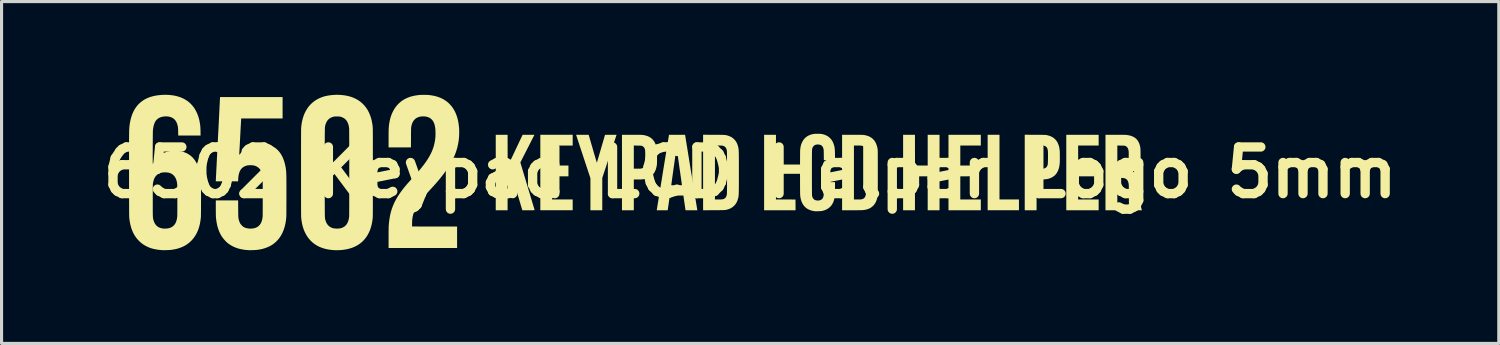
<source format=kicad_pcb>
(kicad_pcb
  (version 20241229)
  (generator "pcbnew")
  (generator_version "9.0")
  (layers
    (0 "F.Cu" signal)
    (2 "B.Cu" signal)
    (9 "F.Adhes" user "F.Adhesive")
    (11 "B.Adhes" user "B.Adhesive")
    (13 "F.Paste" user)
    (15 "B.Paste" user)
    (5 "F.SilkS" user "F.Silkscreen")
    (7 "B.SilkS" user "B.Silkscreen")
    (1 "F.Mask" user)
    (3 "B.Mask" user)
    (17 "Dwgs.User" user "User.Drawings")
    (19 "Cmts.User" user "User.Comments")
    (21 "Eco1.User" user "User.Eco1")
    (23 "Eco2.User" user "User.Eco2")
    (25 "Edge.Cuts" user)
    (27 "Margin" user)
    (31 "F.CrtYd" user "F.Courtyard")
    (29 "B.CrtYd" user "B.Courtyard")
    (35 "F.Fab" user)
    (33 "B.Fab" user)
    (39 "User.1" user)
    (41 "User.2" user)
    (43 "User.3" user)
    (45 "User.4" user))
  (footprint "6502 Keypad LCD Helper Logo 5mm"
    (layer "F.Cu")
    (at 21.086 2.5)
    (property "Reference" "6502 Keypad LCD Helper Logo 5mm" (at 0 0 0) (layer "F.SilkS") (effects (font (size 1.5 1.5) (thickness 0.3))))
    (attr board_only exclude_from_pos_files exclude_from_bom)
    (fp_poly (pts (xy 0.829 -0.173) (xy 0.829 0.867) (xy 1.143 0.868) (xy 1.457 0.869) (xy 1.459 1.042) (xy 1.46 1.214) (xy 0.954 1.214) (xy 0.448 1.214) (xy 0.448 0) (xy 0.448 -1.214) (xy 0.639 -1.214) (xy 0.829 -1.214)) (stroke (width 0) (type solid)) (fill yes) (layer "F.SilkS"))
    (fp_poly (pts (xy 8.021 -0.173) (xy 8.021 0.867) (xy 8.334 0.867) (xy 8.647 0.867) (xy 8.647 1.041) (xy 8.647 1.214) (xy 8.144 1.214) (xy 7.64 1.214) (xy 7.64 0) (xy 7.64 -1.214) (xy 7.831 -1.214) (xy 8.021 -1.214)) (stroke (width 0) (type solid)) (fill yes) (layer "F.SilkS"))
    (fp_poly (pts (xy -5.711 -1.041) (xy -5.711 -0.867) (xy -6.041 -0.867) (xy -6.371 -0.867) (xy -6.371 -0.546) (xy -6.371 -0.224) (xy -6.109 -0.224) (xy -5.847 -0.224) (xy -5.847 -0.051) (xy -5.847 0.123) (xy -6.109 0.123) (xy -6.371 0.123) (xy -6.371 0.495) (xy -6.371 0.867) (xy -6.041 0.867) (xy -5.711 0.867) (xy -5.711 1.041) (xy -5.711 1.214) (xy -6.232 1.214) (xy -6.752 1.214) (xy -6.752 0) (xy -6.752 -1.214) (xy -6.232 -1.214) (xy -5.711 -1.214)) (stroke (width 0) (type solid)) (fill yes) (layer "F.SilkS"))
    (fp_poly (pts (xy 5.302 -0.72) (xy 5.303 -0.226) (xy 5.507 -0.225) (xy 5.711 -0.224) (xy 5.711 -0.719) (xy 5.711 -1.214) (xy 5.902 -1.214) (xy 6.092 -1.214) (xy 6.092 0) (xy 6.092 1.214) (xy 5.902 1.214) (xy 5.711 1.214) (xy 5.711 0.668) (xy 5.711 0.123) (xy 5.506 0.123) (xy 5.301 0.123) (xy 5.301 0.668) (xy 5.301 1.214) (xy 5.11 1.214) (xy 4.92 1.214) (xy 4.92 0) (xy 4.92 -1.214) (xy 5.11 -1.214) (xy 5.301 -1.214)) (stroke (width 0) (type solid)) (fill yes) (layer "F.SilkS"))
    (fp_poly (pts (xy 7.42 -1.041) (xy 7.42 -0.867) (xy 7.09 -0.867) (xy 6.76 -0.867) (xy 6.76 -0.546) (xy 6.76 -0.224) (xy 7.023 -0.224) (xy 7.285 -0.224) (xy 7.284 -0.052) (xy 7.283 0.121) (xy 7.022 0.122) (xy 6.76 0.123) (xy 6.76 0.495) (xy 6.76 0.867) (xy 7.09 0.867) (xy 7.42 0.867) (xy 7.42 1.041) (xy 7.42 1.214) (xy 6.9 1.214) (xy 6.38 1.214) (xy 6.38 0) (xy 6.38 -1.214) (xy 6.9 -1.214) (xy 7.42 -1.214)) (stroke (width 0) (type solid)) (fill yes) (layer "F.SilkS"))
    (fp_poly (pts (xy 11.211 -1.041) (xy 11.211 -0.867) (xy 10.881 -0.867) (xy 10.551 -0.867) (xy 10.552 -0.547) (xy 10.553 -0.226) (xy 10.814 -0.225) (xy 11.075 -0.224) (xy 11.075 -0.051) (xy 11.075 0.123) (xy 10.813 0.123) (xy 10.551 0.123) (xy 10.551 0.495) (xy 10.551 0.867) (xy 10.881 0.867) (xy 11.211 0.867) (xy 11.211 1.041) (xy 11.211 1.214) (xy 10.691 1.214) (xy 10.17 1.214) (xy 10.17 0) (xy 10.17 -1.214) (xy 10.691 -1.214) (xy 11.211 -1.214)) (stroke (width 0) (type solid)) (fill yes) (layer "F.SilkS"))
    (fp_poly (pts (xy -4.529 -0.519) (xy -4.759 0.176) (xy -4.759 0.695) (xy -4.759 1.214) (xy -4.95 1.214) (xy -5.14 1.214) (xy -5.14 0.699) (xy -5.14 0.184) (xy -5.371 -0.514) (xy -5.395 -0.588) (xy -5.419 -0.66) (xy -5.442 -0.729) (xy -5.464 -0.796) (xy -5.485 -0.859) (xy -5.504 -0.918) (xy -5.522 -0.973) (xy -5.539 -1.024) (xy -5.554 -1.069) (xy -5.567 -1.109) (xy -5.578 -1.143) (xy -5.587 -1.171) (xy -5.594 -1.192) (xy -5.599 -1.206) (xy -5.601 -1.212) (xy -5.601 -1.213) (xy -5.597 -1.213) (xy -5.585 -1.213) (xy -5.567 -1.213) (xy -5.542 -1.214) (xy -5.513 -1.214) (xy -5.478 -1.214) (xy -5.441 -1.214) (xy -5.4 -1.214) (xy -5.399 -1.214) (xy -5.197 -1.214) (xy -5.068 -0.772) (xy -5.051 -0.713) (xy -5.035 -0.656) (xy -5.019 -0.601) (xy -5.004 -0.551) (xy -4.99 -0.503) (xy -4.977 -0.461) (xy -4.966 -0.423) (xy -4.956 -0.39) (xy -4.948 -0.364) (xy -4.942 -0.344) (xy -4.938 -0.331) (xy -4.937 -0.325) (xy -4.937 -0.325) (xy -4.933 -0.321) (xy -4.931 -0.322) (xy -4.93 -0.326) (xy -4.926 -0.338) (xy -4.921 -0.357) (xy -4.913 -0.382) (xy -4.904 -0.414) (xy -4.893 -0.451) (xy -4.88 -0.492) (xy -4.867 -0.539) (xy -4.852 -0.589) (xy -4.836 -0.643) (xy -4.82 -0.699) (xy -4.803 -0.758) (xy -4.802 -0.761) (xy -4.785 -0.821) (xy -4.768 -0.877) (xy -4.752 -0.932) (xy -4.737 -0.982) (xy -4.724 -1.029) (xy -4.711 -1.072) (xy -4.7 -1.11) (xy -4.691 -1.142) (xy -4.683 -1.169) (xy -4.677 -1.189) (xy -4.674 -1.201) (xy -4.672 -1.207) (xy -4.672 -1.207) (xy -4.671 -1.209) (xy -4.669 -1.21) (xy -4.665 -1.211) (xy -4.657 -1.212) (xy -4.647 -1.213) (xy -4.632 -1.213) (xy -4.612 -1.214) (xy -4.586 -1.214) (xy -4.554 -1.214) (xy -4.515 -1.214) (xy -4.485 -1.214) (xy -4.299 -1.214)) (stroke (width 0) (type solid)) (fill yes) (layer "F.SilkS"))
    (fp_poly (pts (xy -7.804 -0.706) (xy -7.803 -0.197) (xy -7.562 -0.706) (xy -7.321 -1.214) (xy -7.132 -1.214) (xy -7.093 -1.214) (xy -7.056 -1.214) (xy -7.023 -1.214) (xy -6.995 -1.214) (xy -6.972 -1.213) (xy -6.955 -1.213) (xy -6.945 -1.213) (xy -6.942 -1.212) (xy -6.944 -1.208) (xy -6.95 -1.197) (xy -6.959 -1.18) (xy -6.97 -1.156) (xy -6.985 -1.127) (xy -7.003 -1.092) (xy -7.023 -1.053) (xy -7.045 -1.009) (xy -7.069 -0.962) (xy -7.095 -0.911) (xy -7.122 -0.857) (xy -7.151 -0.801) (xy -7.168 -0.767) (xy -7.395 -0.323) (xy -7.166 0.438) (xy -7.143 0.516) (xy -7.12 0.592) (xy -7.098 0.665) (xy -7.077 0.736) (xy -7.057 0.803) (xy -7.038 0.866) (xy -7.02 0.926) (xy -7.004 0.98) (xy -6.989 1.03) (xy -6.975 1.075) (xy -6.964 1.113) (xy -6.954 1.146) (xy -6.946 1.172) (xy -6.94 1.191) (xy -6.937 1.203) (xy -6.936 1.207) (xy -6.935 1.208) (xy -6.937 1.21) (xy -6.94 1.211) (xy -6.946 1.212) (xy -6.955 1.213) (xy -6.969 1.213) (xy -6.987 1.214) (xy -7.011 1.214) (xy -7.041 1.214) (xy -7.079 1.214) (xy -7.123 1.214) (xy -7.132 1.214) (xy -7.331 1.214) (xy -7.337 1.194) (xy -7.372 1.078) (xy -7.404 0.969) (xy -7.434 0.868) (xy -7.462 0.775) (xy -7.487 0.689) (xy -7.511 0.61) (xy -7.532 0.538) (xy -7.552 0.473) (xy -7.569 0.414) (xy -7.585 0.362) (xy -7.599 0.315) (xy -7.611 0.275) (xy -7.622 0.24) (xy -7.63 0.211) (xy -7.638 0.187) (xy -7.644 0.168) (xy -7.648 0.154) (xy -7.651 0.144) (xy -7.653 0.139) (xy -7.653 0.138) (xy -7.655 0.141) (xy -7.661 0.151) (xy -7.67 0.167) (xy -7.681 0.188) (xy -7.694 0.213) (xy -7.709 0.243) (xy -7.725 0.275) (xy -7.731 0.286) (xy -7.805 0.436) (xy -7.805 0.825) (xy -7.805 1.214) (xy -7.996 1.214) (xy -8.186 1.214) (xy -8.186 0) (xy -8.186 -1.214) (xy -7.996 -1.214) (xy -7.805 -1.214)) (stroke (width 0) (type solid)) (fill yes) (layer "F.SilkS"))
    (fp_poly (pts (xy 9.166 -1.213) (xy 9.229 -1.213) (xy 9.283 -1.212) (xy 9.33 -1.212) (xy 9.37 -1.212) (xy 9.405 -1.211) (xy 9.434 -1.211) (xy 9.458 -1.21) (xy 9.478 -1.209) (xy 9.494 -1.209) (xy 9.507 -1.208) (xy 9.518 -1.207) (xy 9.527 -1.206) (xy 9.534 -1.204) (xy 9.536 -1.204) (xy 9.604 -1.188) (xy 9.665 -1.166) (xy 9.72 -1.14) (xy 9.768 -1.108) (xy 9.811 -1.07) (xy 9.849 -1.027) (xy 9.881 -0.978) (xy 9.894 -0.953) (xy 9.917 -0.9) (xy 9.936 -0.841) (xy 9.949 -0.777) (xy 9.958 -0.706) (xy 9.958 -0.7) (xy 9.96 -0.68) (xy 9.961 -0.653) (xy 9.962 -0.62) (xy 9.962 -0.583) (xy 9.962 -0.543) (xy 9.963 -0.501) (xy 9.963 -0.459) (xy 9.962 -0.419) (xy 9.962 -0.381) (xy 9.961 -0.346) (xy 9.96 -0.317) (xy 9.959 -0.295) (xy 9.958 -0.29) (xy 9.949 -0.213) (xy 9.933 -0.142) (xy 9.912 -0.078) (xy 9.885 -0.02) (xy 9.853 0.032) (xy 9.815 0.078) (xy 9.771 0.117) (xy 9.721 0.15) (xy 9.666 0.177) (xy 9.655 0.181) (xy 9.623 0.193) (xy 9.591 0.202) (xy 9.557 0.21) (xy 9.522 0.215) (xy 9.483 0.219) (xy 9.438 0.222) (xy 9.388 0.224) (xy 9.336 0.224) (xy 9.214 0.224) (xy 9.214 0.719) (xy 9.214 1.214) (xy 9.024 1.214) (xy 8.833 1.214) (xy 8.833 -0.000213) (xy 8.833 -0.495) (xy 9.214 -0.495) (xy 9.214 -0.123) (xy 9.322 -0.123) (xy 9.359 -0.123) (xy 9.388 -0.123) (xy 9.411 -0.124) (xy 9.428 -0.125) (xy 9.442 -0.127) (xy 9.454 -0.129) (xy 9.457 -0.129) (xy 9.491 -0.142) (xy 9.52 -0.161) (xy 9.543 -0.186) (xy 9.561 -0.217) (xy 9.572 -0.253) (xy 9.574 -0.265) (xy 9.576 -0.284) (xy 9.577 -0.309) (xy 9.578 -0.339) (xy 9.58 -0.373) (xy 9.58 -0.411) (xy 9.581 -0.45) (xy 9.582 -0.49) (xy 9.582 -0.529) (xy 9.582 -0.567) (xy 9.582 -0.603) (xy 9.581 -0.635) (xy 9.58 -0.662) (xy 9.579 -0.683) (xy 9.578 -0.694) (xy 9.571 -0.735) (xy 9.562 -0.77) (xy 9.548 -0.798) (xy 9.531 -0.82) (xy 9.509 -0.838) (xy 9.496 -0.845) (xy 9.482 -0.851) (xy 9.47 -0.856) (xy 9.457 -0.86) (xy 9.442 -0.863) (xy 9.424 -0.865) (xy 9.402 -0.866) (xy 9.374 -0.867) (xy 9.34 -0.867) (xy 9.323 -0.867) (xy 9.214 -0.867) (xy 9.214 -0.495) (xy 8.833 -0.495) (xy 8.833 -1.215)) (stroke (width 0) (type solid)) (fill yes) (layer "F.SilkS"))
    (fp_poly (pts (xy -3.75 -1.214) (xy -3.694 -1.214) (xy -3.645 -1.214) (xy -3.602 -1.213) (xy -3.565 -1.213) (xy -3.533 -1.212) (xy -3.506 -1.211) (xy -3.482 -1.21) (xy -3.461 -1.208) (xy -3.443 -1.206) (xy -3.426 -1.204) (xy -3.41 -1.201) (xy -3.395 -1.198) (xy -3.379 -1.194) (xy -3.367 -1.191) (xy -3.304 -1.172) (xy -3.248 -1.146) (xy -3.197 -1.114) (xy -3.152 -1.076) (xy -3.112 -1.032) (xy -3.079 -0.982) (xy -3.05 -0.925) (xy -3.028 -0.862) (xy -3.01 -0.793) (xy -3.005 -0.764) (xy -3.003 -0.752) (xy -3.002 -0.74) (xy -3.001 -0.727) (xy -3 -0.712) (xy -2.999 -0.694) (xy -2.998 -0.673) (xy -2.998 -0.646) (xy -2.998 -0.614) (xy -2.997 -0.577) (xy -2.997 -0.532) (xy -2.997 -0.495) (xy -2.997 -0.445) (xy -2.997 -0.402) (xy -2.998 -0.366) (xy -2.998 -0.336) (xy -2.998 -0.311) (xy -2.999 -0.29) (xy -3 -0.273) (xy -3.001 -0.259) (xy -3.002 -0.246) (xy -3.004 -0.235) (xy -3.005 -0.226) (xy -3.018 -0.165) (xy -3.034 -0.106) (xy -3.044 -0.079) (xy -3.069 -0.023) (xy -3.102 0.029) (xy -3.14 0.074) (xy -3.185 0.115) (xy -3.235 0.149) (xy -3.29 0.177) (xy -3.332 0.192) (xy -3.361 0.201) (xy -3.389 0.208) (xy -3.419 0.213) (xy -3.451 0.218) (xy -3.485 0.221) (xy -3.525 0.223) (xy -3.57 0.224) (xy -3.623 0.224) (xy -3.624 0.224) (xy -3.744 0.224) (xy -3.744 0.719) (xy -3.744 1.214) (xy -3.934 1.214) (xy -4.125 1.214) (xy -4.125 0) (xy -4.125 -0.495) (xy -3.744 -0.495) (xy -3.744 -0.123) (xy -3.633 -0.123) (xy -3.593 -0.123) (xy -3.561 -0.123) (xy -3.536 -0.124) (xy -3.517 -0.126) (xy -3.504 -0.128) (xy -3.501 -0.128) (xy -3.468 -0.14) (xy -3.44 -0.157) (xy -3.418 -0.179) (xy -3.401 -0.207) (xy -3.387 -0.243) (xy -3.386 -0.247) (xy -3.384 -0.254) (xy -3.383 -0.262) (xy -3.381 -0.272) (xy -3.38 -0.285) (xy -3.38 -0.301) (xy -3.379 -0.322) (xy -3.378 -0.348) (xy -3.378 -0.379) (xy -3.377 -0.418) (xy -3.377 -0.463) (xy -3.377 -0.474) (xy -3.376 -0.526) (xy -3.376 -0.571) (xy -3.376 -0.608) (xy -3.377 -0.64) (xy -3.378 -0.666) (xy -3.379 -0.689) (xy -3.38 -0.707) (xy -3.383 -0.723) (xy -3.385 -0.737) (xy -3.389 -0.75) (xy -3.393 -0.763) (xy -3.393 -0.765) (xy -3.408 -0.797) (xy -3.43 -0.823) (xy -3.458 -0.844) (xy -3.488 -0.858) (xy -3.496 -0.86) (xy -3.506 -0.862) (xy -3.519 -0.863) (xy -3.536 -0.864) (xy -3.559 -0.865) (xy -3.588 -0.866) (xy -3.624 -0.866) (xy -3.627 -0.866) (xy -3.744 -0.868) (xy -3.744 -0.495) (xy -4.125 -0.495) (xy -4.125 -1.214) (xy -3.814 -1.214)) (stroke (width 0) (type solid)) (fill yes) (layer "F.SilkS"))
    (fp_poly (pts (xy -1.171 -1.213) (xy -1.107 -1.213) (xy -1.051 -1.212) (xy -1.002 -1.212) (xy -0.96 -1.212) (xy -0.923 -1.211) (xy -0.892 -1.211) (xy -0.865 -1.21) (xy -0.843 -1.209) (xy -0.823 -1.208) (xy -0.806 -1.206) (xy -0.791 -1.204) (xy -0.778 -1.202) (xy -0.765 -1.199) (xy -0.752 -1.196) (xy -0.739 -1.193) (xy -0.725 -1.188) (xy -0.717 -1.186) (xy -0.658 -1.165) (xy -0.603 -1.138) (xy -0.553 -1.103) (xy -0.509 -1.063) (xy -0.47 -1.016) (xy -0.438 -0.964) (xy -0.411 -0.906) (xy -0.392 -0.844) (xy -0.392 -0.843) (xy -0.388 -0.829) (xy -0.385 -0.816) (xy -0.382 -0.803) (xy -0.379 -0.79) (xy -0.377 -0.776) (xy -0.375 -0.762) (xy -0.373 -0.746) (xy -0.371 -0.728) (xy -0.37 -0.707) (xy -0.369 -0.684) (xy -0.368 -0.658) (xy -0.367 -0.628) (xy -0.366 -0.594) (xy -0.365 -0.556) (xy -0.365 -0.513) (xy -0.365 -0.465) (xy -0.364 -0.411) (xy -0.364 -0.35) (xy -0.364 -0.283) (xy -0.364 -0.21) (xy -0.364 -0.128) (xy -0.364 -0.039) (xy -0.364 0) (xy -0.364 0.092) (xy -0.364 0.177) (xy -0.364 0.254) (xy -0.364 0.323) (xy -0.364 0.386) (xy -0.365 0.443) (xy -0.365 0.494) (xy -0.365 0.539) (xy -0.366 0.579) (xy -0.367 0.615) (xy -0.367 0.646) (xy -0.368 0.674) (xy -0.369 0.698) (xy -0.371 0.719) (xy -0.372 0.738) (xy -0.374 0.755) (xy -0.376 0.771) (xy -0.378 0.785) (xy -0.381 0.798) (xy -0.384 0.811) (xy -0.387 0.824) (xy -0.39 0.837) (xy -0.392 0.843) (xy -0.411 0.906) (xy -0.438 0.964) (xy -0.47 1.016) (xy -0.509 1.062) (xy -0.553 1.103) (xy -0.603 1.137) (xy -0.657 1.165) (xy -0.717 1.186) (xy -0.717 1.186) (xy -0.732 1.191) (xy -0.746 1.194) (xy -0.759 1.198) (xy -0.772 1.201) (xy -0.785 1.203) (xy -0.799 1.205) (xy -0.815 1.207) (xy -0.833 1.208) (xy -0.854 1.209) (xy -0.879 1.21) (xy -0.908 1.211) (xy -0.941 1.211) (xy -0.981 1.212) (xy -1.026 1.212) (xy -1.079 1.213) (xy -1.139 1.213) (xy -1.171 1.213) (xy -1.515 1.215) (xy -1.515 0) (xy -1.134 0) (xy -1.134 0.867) (xy -1.018 0.867) (xy -0.983 0.867) (xy -0.954 0.867) (xy -0.932 0.866) (xy -0.915 0.866) (xy -0.901 0.864) (xy -0.89 0.863) (xy -0.88 0.861) (xy -0.874 0.859) (xy -0.841 0.846) (xy -0.812 0.828) (xy -0.789 0.804) (xy -0.771 0.774) (xy -0.758 0.737) (xy -0.749 0.693) (xy -0.749 0.689) (xy -0.748 0.679) (xy -0.748 0.661) (xy -0.747 0.635) (xy -0.747 0.601) (xy -0.746 0.558) (xy -0.746 0.508) (xy -0.745 0.45) (xy -0.745 0.385) (xy -0.745 0.312) (xy -0.745 0.232) (xy -0.745 0.144) (xy -0.745 0.05) (xy -0.745 0) (xy -0.745 -0.098) (xy -0.745 -0.189) (xy -0.745 -0.273) (xy -0.745 -0.35) (xy -0.745 -0.419) (xy -0.746 -0.481) (xy -0.746 -0.534) (xy -0.746 -0.581) (xy -0.747 -0.619) (xy -0.747 -0.649) (xy -0.748 -0.671) (xy -0.749 -0.685) (xy -0.749 -0.689) (xy -0.757 -0.733) (xy -0.77 -0.771) (xy -0.787 -0.802) (xy -0.81 -0.826) (xy -0.838 -0.845) (xy -0.871 -0.858) (xy -0.874 -0.859) (xy -0.884 -0.862) (xy -0.895 -0.864) (xy -0.907 -0.865) (xy -0.922 -0.866) (xy -0.942 -0.867) (xy -0.967 -0.867) (xy -0.998 -0.867) (xy -1.018 -0.867) (xy -1.134 -0.867) (xy -1.134 0) (xy -1.515 0) (xy -1.515 -1.215)) (stroke (width 0) (type solid)) (fill yes) (layer "F.SilkS"))
    (fp_poly (pts (xy 3.343 -1.214) (xy 3.4 -1.214) (xy 3.45 -1.214) (xy 3.494 -1.214) (xy 3.532 -1.213) (xy 3.564 -1.212) (xy 3.592 -1.211) (xy 3.617 -1.21) (xy 3.638 -1.209) (xy 3.656 -1.207) (xy 3.673 -1.205) (xy 3.689 -1.202) (xy 3.704 -1.199) (xy 3.719 -1.196) (xy 3.736 -1.192) (xy 3.736 -1.191) (xy 3.799 -1.172) (xy 3.855 -1.146) (xy 3.906 -1.114) (xy 3.951 -1.076) (xy 3.991 -1.032) (xy 4.024 -0.982) (xy 4.053 -0.925) (xy 4.075 -0.862) (xy 4.093 -0.793) (xy 4.098 -0.764) (xy 4.099 -0.757) (xy 4.1 -0.751) (xy 4.101 -0.743) (xy 4.101 -0.734) (xy 4.102 -0.724) (xy 4.103 -0.711) (xy 4.103 -0.696) (xy 4.104 -0.678) (xy 4.104 -0.657) (xy 4.104 -0.633) (xy 4.105 -0.604) (xy 4.105 -0.571) (xy 4.105 -0.533) (xy 4.105 -0.49) (xy 4.105 -0.441) (xy 4.106 -0.386) (xy 4.106 -0.325) (xy 4.106 -0.257) (xy 4.106 -0.181) (xy 4.106 -0.098) (xy 4.106 -0.007) (xy 4.106 0) (xy 4.106 0.092) (xy 4.106 0.175) (xy 4.106 0.251) (xy 4.106 0.32) (xy 4.106 0.382) (xy 4.105 0.437) (xy 4.105 0.486) (xy 4.105 0.53) (xy 4.105 0.568) (xy 4.105 0.602) (xy 4.104 0.631) (xy 4.104 0.656) (xy 4.104 0.677) (xy 4.103 0.695) (xy 4.103 0.71) (xy 4.102 0.723) (xy 4.101 0.733) (xy 4.101 0.742) (xy 4.1 0.75) (xy 4.099 0.757) (xy 4.098 0.763) (xy 4.098 0.764) (xy 4.083 0.836) (xy 4.062 0.902) (xy 4.036 0.961) (xy 4.004 1.014) (xy 3.966 1.061) (xy 3.923 1.101) (xy 3.874 1.136) (xy 3.82 1.164) (xy 3.759 1.185) (xy 3.729 1.193) (xy 3.713 1.197) (xy 3.698 1.2) (xy 3.683 1.203) (xy 3.668 1.205) (xy 3.651 1.207) (xy 3.633 1.209) (xy 3.612 1.21) (xy 3.588 1.212) (xy 3.561 1.212) (xy 3.528 1.213) (xy 3.491 1.213) (xy 3.448 1.214) (xy 3.398 1.214) (xy 3.341 1.214) (xy 3.28 1.214) (xy 2.957 1.214) (xy 2.957 0) (xy 3.338 0) (xy 3.338 0.867) (xy 3.455 0.867) (xy 3.49 0.867) (xy 3.518 0.867) (xy 3.54 0.867) (xy 3.557 0.866) (xy 3.571 0.865) (xy 3.582 0.863) (xy 3.591 0.861) (xy 3.6 0.859) (xy 3.634 0.845) (xy 3.662 0.827) (xy 3.685 0.803) (xy 3.702 0.772) (xy 3.715 0.735) (xy 3.721 0.709) (xy 3.722 0.701) (xy 3.723 0.684) (xy 3.724 0.66) (xy 3.724 0.63) (xy 3.725 0.593) (xy 3.725 0.55) (xy 3.726 0.503) (xy 3.726 0.451) (xy 3.727 0.395) (xy 3.727 0.335) (xy 3.727 0.273) (xy 3.727 0.208) (xy 3.728 0.142) (xy 3.728 0.074) (xy 3.728 0.006) (xy 3.728 -0.062) (xy 3.728 -0.13) (xy 3.727 -0.197) (xy 3.727 -0.262) (xy 3.727 -0.324) (xy 3.727 -0.384) (xy 3.726 -0.441) (xy 3.726 -0.494) (xy 3.725 -0.542) (xy 3.725 -0.586) (xy 3.724 -0.624) (xy 3.724 -0.655) (xy 3.723 -0.681) (xy 3.722 -0.698) (xy 3.721 -0.708) (xy 3.721 -0.709) (xy 3.711 -0.751) (xy 3.696 -0.785) (xy 3.677 -0.812) (xy 3.653 -0.834) (xy 3.623 -0.851) (xy 3.6 -0.859) (xy 3.591 -0.861) (xy 3.582 -0.863) (xy 3.571 -0.865) (xy 3.557 -0.866) (xy 3.54 -0.867) (xy 3.518 -0.867) (xy 3.49 -0.867) (xy 3.455 -0.867) (xy 3.338 -0.867) (xy 3.338 0) (xy 2.957 0) (xy 2.957 -1.214) (xy 3.278 -1.214)) (stroke (width 0) (type solid)) (fill yes) (layer "F.SilkS"))
    (fp_poly (pts (xy 11.803 -1.214) (xy 11.859 -1.214) (xy 11.91 -1.214) (xy 11.957 -1.213) (xy 11.998 -1.213) (xy 12.033 -1.212) (xy 12.062 -1.211) (xy 12.083 -1.211) (xy 12.097 -1.21) (xy 12.098 -1.21) (xy 12.17 -1.199) (xy 12.235 -1.184) (xy 12.293 -1.164) (xy 12.345 -1.139) (xy 12.39 -1.109) (xy 12.43 -1.073) (xy 12.464 -1.032) (xy 12.493 -0.985) (xy 12.496 -0.978) (xy 12.51 -0.949) (xy 12.522 -0.919) (xy 12.532 -0.888) (xy 12.541 -0.852) (xy 12.548 -0.816) (xy 12.551 -0.803) (xy 12.553 -0.79) (xy 12.554 -0.775) (xy 12.556 -0.758) (xy 12.557 -0.738) (xy 12.557 -0.713) (xy 12.558 -0.682) (xy 12.559 -0.644) (xy 12.559 -0.619) (xy 12.56 -0.57) (xy 12.56 -0.525) (xy 12.559 -0.486) (xy 12.559 -0.453) (xy 12.557 -0.428) (xy 12.557 -0.416) (xy 12.547 -0.346) (xy 12.532 -0.283) (xy 12.512 -0.226) (xy 12.485 -0.176) (xy 12.454 -0.131) (xy 12.417 -0.093) (xy 12.374 -0.061) (xy 12.346 -0.045) (xy 12.331 -0.037) (xy 12.319 -0.03) (xy 12.313 -0.025) (xy 12.312 -0.024) (xy 12.316 -0.021) (xy 12.326 -0.016) (xy 12.34 -0.01) (xy 12.344 -0.008) (xy 12.385 0.012) (xy 12.422 0.037) (xy 12.454 0.067) (xy 12.481 0.103) (xy 12.505 0.145) (xy 12.524 0.194) (xy 12.54 0.249) (xy 12.552 0.312) (xy 12.555 0.329) (xy 12.556 0.339) (xy 12.557 0.351) (xy 12.558 0.365) (xy 12.559 0.381) (xy 12.56 0.401) (xy 12.561 0.425) (xy 12.561 0.453) (xy 12.562 0.486) (xy 12.563 0.524) (xy 12.563 0.569) (xy 12.564 0.621) (xy 12.564 0.68) (xy 12.565 0.721) (xy 12.565 0.787) (xy 12.566 0.848) (xy 12.567 0.903) (xy 12.568 0.952) (xy 12.569 0.995) (xy 12.569 1.03) (xy 12.57 1.059) (xy 12.571 1.08) (xy 12.572 1.093) (xy 12.573 1.095) (xy 12.579 1.131) (xy 12.588 1.165) (xy 12.598 1.195) (xy 12.599 1.196) (xy 12.607 1.214) (xy 12.413 1.214) (xy 12.219 1.214) (xy 12.21 1.186) (xy 12.206 1.17) (xy 12.202 1.154) (xy 12.198 1.138) (xy 12.195 1.121) (xy 12.193 1.102) (xy 12.191 1.081) (xy 12.189 1.057) (xy 12.187 1.029) (xy 12.186 0.997) (xy 12.185 0.96) (xy 12.185 0.917) (xy 12.184 0.869) (xy 12.184 0.813) (xy 12.184 0.75) (xy 12.184 0.713) (xy 12.184 0.659) (xy 12.184 0.608) (xy 12.183 0.561) (xy 12.183 0.517) (xy 12.182 0.479) (xy 12.182 0.446) (xy 12.181 0.419) (xy 12.18 0.4) (xy 12.18 0.388) (xy 12.18 0.387) (xy 12.172 0.341) (xy 12.162 0.302) (xy 12.148 0.269) (xy 12.13 0.242) (xy 12.115 0.226) (xy 12.098 0.211) (xy 12.079 0.2) (xy 12.058 0.19) (xy 12.033 0.183) (xy 12.004 0.178) (xy 11.969 0.175) (xy 11.927 0.174) (xy 11.897 0.174) (xy 11.812 0.173) (xy 11.812 0.694) (xy 11.812 1.214) (xy 11.621 1.214) (xy 11.431 1.214) (xy 11.431 0) (xy 11.431 -0.521) (xy 11.812 -0.521) (xy 11.812 -0.173) (xy 11.897 -0.174) (xy 11.933 -0.174) (xy 11.965 -0.175) (xy 11.991 -0.177) (xy 12.011 -0.179) (xy 12.015 -0.179) (xy 12.055 -0.19) (xy 12.089 -0.206) (xy 12.118 -0.229) (xy 12.142 -0.258) (xy 12.16 -0.294) (xy 12.17 -0.322) (xy 12.172 -0.334) (xy 12.174 -0.353) (xy 12.176 -0.378) (xy 12.177 -0.408) (xy 12.178 -0.442) (xy 12.179 -0.478) (xy 12.179 -0.515) (xy 12.179 -0.553) (xy 12.179 -0.589) (xy 12.179 -0.623) (xy 12.178 -0.653) (xy 12.176 -0.679) (xy 12.175 -0.699) (xy 12.174 -0.706) (xy 12.163 -0.749) (xy 12.148 -0.785) (xy 12.127 -0.815) (xy 12.101 -0.839) (xy 12.071 -0.855) (xy 12.071 -0.855) (xy 12.063 -0.858) (xy 12.055 -0.86) (xy 12.047 -0.862) (xy 12.036 -0.863) (xy 12.022 -0.864) (xy 12.003 -0.865) (xy 11.979 -0.866) (xy 11.948 -0.866) (xy 11.929 -0.866) (xy 11.812 -0.868) (xy 11.812 -0.521) (xy 11.431 -0.521) (xy 11.431 -1.214) (xy 11.744 -1.214)) (stroke (width 0) (type solid)) (fill yes) (layer "F.SilkS"))
    (fp_poly (pts (xy -2.2 -1.213) (xy -2.165 -1.213) (xy -2.137 -1.213) (xy -2.116 -1.212) (xy -2.103 -1.211) (xy -2.095 -1.21) (xy -2.094 -1.21) (xy -2.093 -1.205) (xy -2.091 -1.193) (xy -2.088 -1.173) (xy -2.084 -1.146) (xy -2.078 -1.112) (xy -2.072 -1.072) (xy -2.065 -1.026) (xy -2.056 -0.975) (xy -2.047 -0.918) (xy -2.037 -0.856) (xy -2.026 -0.791) (xy -2.015 -0.721) (xy -2.003 -0.648) (xy -1.991 -0.571) (xy -1.978 -0.492) (xy -1.965 -0.411) (xy -1.951 -0.328) (xy -1.938 -0.243) (xy -1.924 -0.157) (xy -1.91 -0.07) (xy -1.895 0.017) (xy -1.881 0.103) (xy -1.867 0.19) (xy -1.853 0.275) (xy -1.84 0.359) (xy -1.826 0.442) (xy -1.813 0.522) (xy -1.801 0.6) (xy -1.788 0.675) (xy -1.777 0.746) (xy -1.766 0.814) (xy -1.755 0.878) (xy -1.746 0.937) (xy -1.737 0.991) (xy -1.729 1.04) (xy -1.722 1.084) (xy -1.716 1.121) (xy -1.711 1.151) (xy -1.707 1.175) (xy -1.704 1.191) (xy -1.703 1.2) (xy -1.703 1.2) (xy -1.7 1.214) (xy -1.891 1.214) (xy -1.93 1.214) (xy -1.967 1.214) (xy -2 1.214) (xy -2.028 1.214) (xy -2.051 1.214) (xy -2.069 1.213) (xy -2.079 1.213) (xy -2.081 1.213) (xy -2.082 1.208) (xy -2.084 1.196) (xy -2.086 1.178) (xy -2.09 1.154) (xy -2.094 1.125) (xy -2.098 1.093) (xy -2.103 1.058) (xy -2.109 1.021) (xy -2.114 0.983) (xy -2.119 0.945) (xy -2.125 0.908) (xy -2.13 0.873) (xy -2.134 0.84) (xy -2.139 0.812) (xy -2.142 0.788) (xy -2.145 0.77) (xy -2.146 0.758) (xy -2.147 0.754) (xy -2.149 0.74) (xy -2.367 0.74) (xy -2.584 0.74) (xy -2.586 0.75) (xy -2.587 0.756) (xy -2.589 0.769) (xy -2.592 0.789) (xy -2.596 0.816) (xy -2.601 0.847) (xy -2.606 0.883) (xy -2.612 0.922) (xy -2.618 0.964) (xy -2.621 0.987) (xy -2.654 1.214) (xy -2.831 1.214) (xy -3.008 1.214) (xy -3.005 1.203) (xy -3.005 1.197) (xy -3.002 1.184) (xy -2.999 1.164) (xy -2.994 1.135) (xy -2.989 1.1) (xy -2.982 1.058) (xy -2.974 1.01) (xy -2.965 0.956) (xy -2.955 0.896) (xy -2.945 0.831) (xy -2.933 0.761) (xy -2.921 0.686) (xy -2.908 0.606) (xy -2.894 0.523) (xy -2.88 0.436) (xy -2.875 0.403) (xy -2.538 0.403) (xy -2.538 0.405) (xy -2.536 0.406) (xy -2.532 0.408) (xy -2.525 0.408) (xy -2.515 0.409) (xy -2.5 0.41) (xy -2.48 0.41) (xy -2.453 0.41) (xy -2.421 0.41) (xy -2.38 0.41) (xy -2.367 0.41) (xy -2.33 0.41) (xy -2.295 0.41) (xy -2.265 0.41) (xy -2.239 0.41) (xy -2.218 0.409) (xy -2.203 0.409) (xy -2.196 0.408) (xy -2.196 0.408) (xy -2.196 0.403) (xy -2.198 0.39) (xy -2.201 0.37) (xy -2.204 0.344) (xy -2.209 0.311) (xy -2.214 0.273) (xy -2.22 0.23) (xy -2.227 0.183) (xy -2.234 0.132) (xy -2.242 0.077) (xy -2.25 0.021) (xy -2.258 -0.038) (xy -2.267 -0.098) (xy -2.276 -0.159) (xy -2.284 -0.221) (xy -2.293 -0.282) (xy -2.302 -0.342) (xy -2.31 -0.401) (xy -2.318 -0.458) (xy -2.326 -0.512) (xy -2.334 -0.563) (xy -2.34 -0.611) (xy -2.347 -0.654) (xy -2.352 -0.692) (xy -2.357 -0.725) (xy -2.361 -0.752) (xy -2.364 -0.772) (xy -2.366 -0.785) (xy -2.367 -0.79) (xy -2.367 -0.79) (xy -2.371 -0.79) (xy -2.371 -0.79) (xy -2.372 -0.786) (xy -2.374 -0.774) (xy -2.377 -0.754) (xy -2.381 -0.728) (xy -2.385 -0.696) (xy -2.391 -0.659) (xy -2.397 -0.616) (xy -2.404 -0.569) (xy -2.411 -0.518) (xy -2.418 -0.465) (xy -2.426 -0.408) (xy -2.434 -0.35) (xy -2.443 -0.289) (xy -2.451 -0.229) (xy -2.46 -0.167) (xy -2.469 -0.106) (xy -2.477 -0.046) (xy -2.485 0.013) (xy -2.493 0.07) (xy -2.5 0.124) (xy -2.508 0.175) (xy -2.514 0.223) (xy -2.52 0.266) (xy -2.525 0.304) (xy -2.53 0.337) (xy -2.533 0.364) (xy -2.536 0.384) (xy -2.538 0.398) (xy -2.538 0.403) (xy -2.875 0.403) (xy -2.866 0.346) (xy -2.85 0.253) (xy -2.835 0.157) (xy -2.819 0.058) (xy -2.808 -0.011) (xy -2.612 -1.212) (xy -2.353 -1.213) (xy -2.294 -1.213) (xy -2.243 -1.213)) (stroke (width 0) (type solid)) (fill yes) (layer "F.SilkS"))
    (fp_poly (pts (xy 2.206 -1.246) (xy 2.239 -1.245) (xy 2.267 -1.243) (xy 2.292 -1.24) (xy 2.316 -1.236) (xy 2.34 -1.231) (xy 2.366 -1.223) (xy 2.371 -1.222) (xy 2.431 -1.2) (xy 2.486 -1.172) (xy 2.536 -1.137) (xy 2.58 -1.096) (xy 2.619 -1.049) (xy 2.652 -0.995) (xy 2.679 -0.936) (xy 2.7 -0.871) (xy 2.711 -0.825) (xy 2.716 -0.796) (xy 2.72 -0.764) (xy 2.723 -0.727) (xy 2.726 -0.685) (xy 2.727 -0.637) (xy 2.728 -0.582) (xy 2.729 -0.528) (xy 2.729 -0.398) (xy 2.549 -0.398) (xy 2.37 -0.398) (xy 2.368 -0.566) (xy 2.368 -0.609) (xy 2.367 -0.644) (xy 2.366 -0.672) (xy 2.366 -0.695) (xy 2.365 -0.714) (xy 2.364 -0.728) (xy 2.363 -0.74) (xy 2.361 -0.75) (xy 2.359 -0.759) (xy 2.357 -0.767) (xy 2.343 -0.806) (xy 2.325 -0.839) (xy 2.302 -0.864) (xy 2.273 -0.883) (xy 2.24 -0.895) (xy 2.206 -0.9) (xy 2.161 -0.902) (xy 2.12 -0.896) (xy 2.085 -0.885) (xy 2.055 -0.866) (xy 2.031 -0.841) (xy 2.012 -0.811) (xy 2.009 -0.804) (xy 2.006 -0.798) (xy 2.003 -0.793) (xy 2.001 -0.787) (xy 1.999 -0.781) (xy 1.997 -0.773) (xy 1.995 -0.765) (xy 1.993 -0.755) (xy 1.992 -0.742) (xy 1.991 -0.728) (xy 1.99 -0.71) (xy 1.989 -0.689) (xy 1.988 -0.665) (xy 1.988 -0.637) (xy 1.987 -0.604) (xy 1.987 -0.566) (xy 1.987 -0.524) (xy 1.986 -0.475) (xy 1.986 -0.421) (xy 1.986 -0.361) (xy 1.986 -0.293) (xy 1.986 -0.219) (xy 1.986 -0.137) (xy 1.986 -0.048) (xy 1.986 0.002) (xy 1.986 0.095) (xy 1.986 0.179) (xy 1.986 0.256) (xy 1.986 0.326) (xy 1.986 0.388) (xy 1.986 0.444) (xy 1.987 0.494) (xy 1.987 0.538) (xy 1.987 0.577) (xy 1.987 0.611) (xy 1.987 0.64) (xy 1.988 0.665) (xy 1.988 0.686) (xy 1.989 0.704) (xy 1.989 0.718) (xy 1.99 0.73) (xy 1.99 0.739) (xy 1.991 0.747) (xy 1.992 0.753) (xy 1.993 0.758) (xy 1.993 0.762) (xy 1.994 0.763) (xy 2.007 0.803) (xy 2.026 0.836) (xy 2.049 0.862) (xy 2.078 0.881) (xy 2.111 0.894) (xy 2.147 0.9) (xy 2.191 0.902) (xy 2.23 0.897) (xy 2.265 0.886) (xy 2.295 0.869) (xy 2.303 0.862) (xy 2.322 0.844) (xy 2.336 0.824) (xy 2.347 0.8) (xy 2.352 0.788) (xy 2.355 0.775) (xy 2.359 0.762) (xy 2.361 0.746) (xy 2.364 0.728) (xy 2.365 0.706) (xy 2.367 0.679) (xy 2.368 0.648) (xy 2.368 0.611) (xy 2.369 0.567) (xy 2.369 0.516) (xy 2.369 0.496) (xy 2.369 0.309) (xy 2.549 0.309) (xy 2.729 0.309) (xy 2.729 0.483) (xy 2.728 0.544) (xy 2.728 0.598) (xy 2.727 0.645) (xy 2.726 0.685) (xy 2.724 0.721) (xy 2.721 0.752) (xy 2.718 0.779) (xy 2.715 0.804) (xy 2.711 0.825) (xy 2.694 0.894) (xy 2.671 0.958) (xy 2.642 1.015) (xy 2.607 1.066) (xy 2.566 1.111) (xy 2.519 1.149) (xy 2.467 1.182) (xy 2.409 1.209) (xy 2.345 1.229) (xy 2.306 1.238) (xy 2.29 1.24) (xy 2.269 1.242) (xy 2.242 1.244) (xy 2.212 1.245) (xy 2.181 1.246) (xy 2.151 1.247) (xy 2.123 1.247) (xy 2.099 1.247) (xy 2.081 1.246) (xy 2.077 1.245) (xy 2.006 1.233) (xy 1.942 1.215) (xy 1.883 1.191) (xy 1.83 1.162) (xy 1.782 1.126) (xy 1.74 1.083) (xy 1.704 1.035) (xy 1.678 0.99) (xy 1.654 0.938) (xy 1.635 0.883) (xy 1.621 0.825) (xy 1.611 0.761) (xy 1.608 0.721) (xy 1.607 0.709) (xy 1.607 0.689) (xy 1.606 0.661) (xy 1.606 0.627) (xy 1.605 0.587) (xy 1.605 0.541) (xy 1.605 0.49) (xy 1.604 0.435) (xy 1.604 0.376) (xy 1.604 0.314) (xy 1.604 0.248) (xy 1.604 0.181) (xy 1.603 0.113) (xy 1.603 0.043) (xy 1.603 -0.027) (xy 1.603 -0.096) (xy 1.604 -0.165) (xy 1.604 -0.233) (xy 1.604 -0.298) (xy 1.604 -0.362) (xy 1.604 -0.421) (xy 1.605 -0.478) (xy 1.605 -0.53) (xy 1.605 -0.577) (xy 1.606 -0.618) (xy 1.606 -0.654) (xy 1.606 -0.683) (xy 1.607 -0.705) (xy 1.608 -0.719) (xy 1.608 -0.721) (xy 1.615 -0.788) (xy 1.626 -0.849) (xy 1.642 -0.906) (xy 1.663 -0.96) (xy 1.678 -0.99) (xy 1.71 -1.044) (xy 1.747 -1.091) (xy 1.789 -1.131) (xy 1.836 -1.166) (xy 1.89 -1.195) (xy 1.949 -1.218) (xy 2.015 -1.235) (xy 2.029 -1.238) (xy 2.044 -1.241) (xy 2.061 -1.243) (xy 2.08 -1.244) (xy 2.104 -1.245) (xy 2.133 -1.246) (xy 2.166 -1.246)) (stroke (width 0) (type solid)) (fill yes) (layer "F.SilkS"))
    (fp_poly (pts (xy -10.456 -2.497) (xy -10.418 -2.497) (xy -10.384 -2.496) (xy -10.355 -2.494) (xy -10.335 -2.493) (xy -10.235 -2.479) (xy -10.141 -2.46) (xy -10.053 -2.435) (xy -9.971 -2.405) (xy -9.895 -2.369) (xy -9.823 -2.327) (xy -9.756 -2.279) (xy -9.745 -2.271) (xy -9.717 -2.247) (xy -9.687 -2.218) (xy -9.656 -2.186) (xy -9.627 -2.153) (xy -9.6 -2.122) (xy -9.586 -2.103) (xy -9.537 -2.029) (xy -9.494 -1.95) (xy -9.458 -1.866) (xy -9.427 -1.776) (xy -9.402 -1.681) (xy -9.383 -1.58) (xy -9.37 -1.472) (xy -9.366 -1.437) (xy -9.364 -1.402) (xy -9.363 -1.361) (xy -9.362 -1.316) (xy -9.362 -1.27) (xy -9.363 -1.223) (xy -9.365 -1.18) (xy -9.367 -1.141) (xy -9.369 -1.115) (xy -9.381 -1.012) (xy -9.399 -0.91) (xy -9.421 -0.811) (xy -9.449 -0.712) (xy -9.483 -0.614) (xy -9.523 -0.517) (xy -9.569 -0.419) (xy -9.621 -0.32) (xy -9.68 -0.22) (xy -9.745 -0.118) (xy -9.818 -0.015) (xy -9.897 0.091) (xy -9.984 0.2) (xy -10.018 0.241) (xy -10.051 0.28) (xy -10.083 0.318) (xy -10.115 0.355) (xy -10.149 0.393) (xy -10.185 0.433) (xy -10.225 0.477) (xy -10.269 0.525) (xy -10.293 0.55) (xy -10.364 0.628) (xy -10.429 0.7) (xy -10.488 0.768) (xy -10.541 0.832) (xy -10.589 0.892) (xy -10.633 0.948) (xy -10.672 1.002) (xy -10.706 1.054) (xy -10.736 1.104) (xy -10.763 1.153) (xy -10.787 1.2) (xy -10.807 1.247) (xy -10.824 1.295) (xy -10.839 1.342) (xy -10.849 1.377) (xy -10.859 1.423) (xy -10.867 1.468) (xy -10.873 1.515) (xy -10.876 1.565) (xy -10.878 1.622) (xy -10.878 1.637) (xy -10.879 1.737) (xy -10.154 1.738) (xy -9.43 1.739) (xy -9.43 2.084) (xy -9.43 2.428) (xy -10.532 2.428) (xy -11.634 2.428) (xy -11.634 2.105) (xy -11.634 2.052) (xy -11.634 1.999) (xy -11.633 1.948) (xy -11.633 1.901) (xy -11.633 1.856) (xy -11.632 1.816) (xy -11.632 1.781) (xy -11.631 1.752) (xy -11.63 1.73) (xy -11.63 1.717) (xy -11.619 1.594) (xy -11.603 1.478) (xy -11.583 1.367) (xy -11.557 1.26) (xy -11.525 1.157) (xy -11.487 1.057) (xy -11.443 0.958) (xy -11.392 0.861) (xy -11.334 0.763) (xy -11.268 0.664) (xy -11.213 0.588) (xy -11.177 0.541) (xy -11.141 0.494) (xy -11.103 0.448) (xy -11.062 0.399) (xy -11.019 0.349) (xy -10.971 0.296) (xy -10.919 0.238) (xy -10.877 0.193) (xy -10.789 0.096) (xy -10.707 0.004) (xy -10.632 -0.084) (xy -10.563 -0.169) (xy -10.5 -0.25) (xy -10.443 -0.329) (xy -10.391 -0.405) (xy -10.345 -0.479) (xy -10.304 -0.551) (xy -10.267 -0.623) (xy -10.235 -0.693) (xy -10.208 -0.763) (xy -10.185 -0.834) (xy -10.166 -0.904) (xy -10.15 -0.976) (xy -10.138 -1.049) (xy -10.129 -1.123) (xy -10.128 -1.138) (xy -10.126 -1.166) (xy -10.125 -1.2) (xy -10.124 -1.238) (xy -10.125 -1.279) (xy -10.126 -1.319) (xy -10.127 -1.358) (xy -10.129 -1.393) (xy -10.132 -1.423) (xy -10.134 -1.438) (xy -10.145 -1.498) (xy -10.158 -1.551) (xy -10.174 -1.597) (xy -10.194 -1.637) (xy -10.217 -1.673) (xy -10.238 -1.698) (xy -10.275 -1.732) (xy -10.315 -1.759) (xy -10.361 -1.78) (xy -10.411 -1.795) (xy -10.467 -1.803) (xy -10.492 -1.805) (xy -10.553 -1.805) (xy -10.61 -1.799) (xy -10.663 -1.786) (xy -10.711 -1.767) (xy -10.754 -1.742) (xy -10.773 -1.727) (xy -10.806 -1.695) (xy -10.835 -1.659) (xy -10.859 -1.616) (xy -10.88 -1.567) (xy -10.896 -1.512) (xy -10.903 -1.48) (xy -10.905 -1.471) (xy -10.906 -1.462) (xy -10.907 -1.453) (xy -10.908 -1.443) (xy -10.909 -1.43) (xy -10.91 -1.415) (xy -10.911 -1.397) (xy -10.911 -1.375) (xy -10.912 -1.348) (xy -10.912 -1.316) (xy -10.912 -1.278) (xy -10.913 -1.233) (xy -10.913 -1.182) (xy -10.913 -1.122) (xy -10.913 -1.122) (xy -10.915 -0.808) (xy -11.275 -0.808) (xy -11.634 -0.808) (xy -11.634 -1.095) (xy -11.634 -1.159) (xy -11.634 -1.215) (xy -11.633 -1.264) (xy -11.633 -1.307) (xy -11.632 -1.345) (xy -11.632 -1.378) (xy -11.63 -1.408) (xy -11.629 -1.435) (xy -11.627 -1.46) (xy -11.625 -1.483) (xy -11.623 -1.506) (xy -11.62 -1.53) (xy -11.617 -1.555) (xy -11.599 -1.657) (xy -11.576 -1.754) (xy -11.546 -1.845) (xy -11.51 -1.932) (xy -11.468 -2.012) (xy -11.42 -2.088) (xy -11.367 -2.157) (xy -11.307 -2.22) (xy -11.242 -2.277) (xy -11.177 -2.325) (xy -11.106 -2.367) (xy -11.029 -2.403) (xy -10.947 -2.434) (xy -10.858 -2.459) (xy -10.764 -2.478) (xy -10.663 -2.492) (xy -10.661 -2.493) (xy -10.638 -2.494) (xy -10.608 -2.496) (xy -10.573 -2.497) (xy -10.535 -2.497) (xy -10.496 -2.498)) (stroke (width 0) (type solid)) (fill yes) (layer "F.SilkS"))
    (fp_poly (pts (xy -15.044 -2.084) (xy -15.044 -1.739) (xy -15.71 -1.739) (xy -16.376 -1.739) (xy -16.378 -1.704) (xy -16.379 -1.695) (xy -16.38 -1.679) (xy -16.381 -1.655) (xy -16.383 -1.624) (xy -16.385 -1.587) (xy -16.387 -1.545) (xy -16.39 -1.497) (xy -16.393 -1.445) (xy -16.396 -1.389) (xy -16.399 -1.329) (xy -16.402 -1.267) (xy -16.406 -1.202) (xy -16.408 -1.155) (xy -16.412 -1.089) (xy -16.415 -1.025) (xy -16.418 -0.964) (xy -16.421 -0.905) (xy -16.424 -0.85) (xy -16.427 -0.8) (xy -16.43 -0.754) (xy -16.432 -0.713) (xy -16.434 -0.678) (xy -16.435 -0.649) (xy -16.437 -0.628) (xy -16.437 -0.613) (xy -16.438 -0.608) (xy -16.439 -0.592) (xy -16.439 -0.582) (xy -16.437 -0.577) (xy -16.434 -0.576) (xy -16.433 -0.575) (xy -16.426 -0.579) (xy -16.417 -0.59) (xy -16.404 -0.606) (xy -16.402 -0.61) (xy -16.355 -0.673) (xy -16.303 -0.73) (xy -16.245 -0.779) (xy -16.184 -0.822) (xy -16.117 -0.858) (xy -16.047 -0.886) (xy -15.972 -0.908) (xy -15.893 -0.922) (xy -15.81 -0.929) (xy -15.728 -0.929) (xy -15.641 -0.922) (xy -15.561 -0.909) (xy -15.485 -0.89) (xy -15.414 -0.865) (xy -15.348 -0.833) (xy -15.299 -0.803) (xy -15.241 -0.759) (xy -15.187 -0.708) (xy -15.139 -0.651) (xy -15.094 -0.586) (xy -15.055 -0.516) (xy -15.021 -0.438) (xy -14.991 -0.355) (xy -14.967 -0.266) (xy -14.947 -0.171) (xy -14.942 -0.136) (xy -14.939 -0.118) (xy -14.937 -0.101) (xy -14.935 -0.084) (xy -14.933 -0.067) (xy -14.931 -0.05) (xy -14.929 -0.033) (xy -14.928 -0.014) (xy -14.927 0.007) (xy -14.926 0.03) (xy -14.925 0.056) (xy -14.924 0.084) (xy -14.923 0.117) (xy -14.923 0.153) (xy -14.922 0.193) (xy -14.922 0.239) (xy -14.922 0.29) (xy -14.921 0.346) (xy -14.921 0.409) (xy -14.921 0.479) (xy -14.921 0.556) (xy -14.921 0.64) (xy -14.921 0.724) (xy -14.921 0.82) (xy -14.921 0.911) (xy -14.921 0.995) (xy -14.922 1.073) (xy -14.922 1.143) (xy -14.922 1.207) (xy -14.922 1.264) (xy -14.923 1.313) (xy -14.923 1.354) (xy -14.924 1.388) (xy -14.924 1.414) (xy -14.925 1.432) (xy -14.925 1.439) (xy -14.937 1.549) (xy -14.955 1.653) (xy -14.979 1.751) (xy -15.009 1.844) (xy -15.045 1.931) (xy -15.087 2.013) (xy -15.134 2.088) (xy -15.188 2.157) (xy -15.248 2.22) (xy -15.313 2.278) (xy -15.378 2.325) (xy -15.449 2.367) (xy -15.527 2.403) (xy -15.61 2.434) (xy -15.699 2.46) (xy -15.793 2.479) (xy -15.888 2.492) (xy -15.904 2.493) (xy -15.927 2.494) (xy -15.954 2.496) (xy -15.985 2.497) (xy -16.017 2.497) (xy -16.049 2.498) (xy -16.079 2.499) (xy -16.106 2.499) (xy -16.128 2.499) (xy -16.144 2.498) (xy -16.148 2.498) (xy -16.186 2.494) (xy -16.218 2.492) (xy -16.244 2.489) (xy -16.266 2.487) (xy -16.285 2.484) (xy -16.302 2.482) (xy -16.32 2.479) (xy -16.323 2.478) (xy -16.419 2.459) (xy -16.509 2.433) (xy -16.595 2.4) (xy -16.675 2.361) (xy -16.749 2.316) (xy -16.81 2.271) (xy -16.826 2.257) (xy -16.845 2.24) (xy -16.865 2.22) (xy -16.885 2.201) (xy -16.89 2.195) (xy -16.947 2.13) (xy -16.999 2.06) (xy -17.044 1.983) (xy -17.083 1.901) (xy -17.116 1.813) (xy -17.144 1.72) (xy -17.165 1.62) (xy -17.181 1.514) (xy -17.189 1.437) (xy -17.189 1.422) (xy -17.19 1.4) (xy -17.191 1.372) (xy -17.191 1.338) (xy -17.192 1.299) (xy -17.192 1.257) (xy -17.193 1.212) (xy -17.193 1.166) (xy -17.193 1.14) (xy -17.193 0.897) (xy -16.833 0.897) (xy -16.474 0.897) (xy -16.473 1.167) (xy -16.472 1.222) (xy -16.472 1.27) (xy -16.471 1.311) (xy -16.471 1.346) (xy -16.471 1.375) (xy -16.47 1.399) (xy -16.469 1.419) (xy -16.468 1.435) (xy -16.467 1.448) (xy -16.466 1.459) (xy -16.465 1.469) (xy -16.463 1.476) (xy -16.455 1.514) (xy -16.444 1.552) (xy -16.431 1.589) (xy -16.417 1.621) (xy -16.409 1.637) (xy -16.394 1.659) (xy -16.375 1.684) (xy -16.352 1.708) (xy -16.329 1.73) (xy -16.306 1.748) (xy -16.295 1.755) (xy -16.253 1.775) (xy -16.206 1.79) (xy -16.155 1.8) (xy -16.102 1.805) (xy -16.049 1.805) (xy -15.996 1.8) (xy -15.945 1.789) (xy -15.899 1.774) (xy -15.867 1.758) (xy -15.826 1.731) (xy -15.79 1.697) (xy -15.759 1.658) (xy -15.734 1.611) (xy -15.713 1.559) (xy -15.698 1.5) (xy -15.687 1.434) (xy -15.687 1.432) (xy -15.686 1.423) (xy -15.686 1.405) (xy -15.685 1.381) (xy -15.685 1.349) (xy -15.684 1.312) (xy -15.684 1.269) (xy -15.684 1.222) (xy -15.683 1.17) (xy -15.683 1.114) (xy -15.683 1.055) (xy -15.683 0.994) (xy -15.683 0.931) (xy -15.683 0.866) (xy -15.683 0.801) (xy -15.683 0.736) (xy -15.683 0.671) (xy -15.683 0.607) (xy -15.683 0.545) (xy -15.683 0.485) (xy -15.683 0.428) (xy -15.684 0.375) (xy -15.684 0.325) (xy -15.684 0.281) (xy -15.685 0.241) (xy -15.685 0.207) (xy -15.685 0.18) (xy -15.686 0.16) (xy -15.687 0.147) (xy -15.687 0.145) (xy -15.697 0.078) (xy -15.712 0.017) (xy -15.732 -0.037) (xy -15.758 -0.084) (xy -15.789 -0.125) (xy -15.825 -0.159) (xy -15.867 -0.187) (xy -15.914 -0.21) (xy -15.967 -0.225) (xy -15.974 -0.227) (xy -16.004 -0.232) (xy -16.038 -0.234) (xy -16.076 -0.235) (xy -16.115 -0.234) (xy -16.151 -0.231) (xy -16.182 -0.227) (xy -16.19 -0.225) (xy -16.243 -0.209) (xy -16.289 -0.187) (xy -16.331 -0.159) (xy -16.367 -0.124) (xy -16.398 -0.083) (xy -16.423 -0.035) (xy -16.443 0.019) (xy -16.458 0.079) (xy -16.468 0.147) (xy -16.472 0.21) (xy -16.475 0.283) (xy -16.834 0.283) (xy -17.193 0.283) (xy -17.193 0.267) (xy -17.193 0.262) (xy -17.192 0.248) (xy -17.191 0.227) (xy -17.19 0.198) (xy -17.188 0.162) (xy -17.186 0.119) (xy -17.183 0.07) (xy -17.18 0.015) (xy -17.177 -0.047) (xy -17.174 -0.114) (xy -17.17 -0.186) (xy -17.166 -0.263) (xy -17.162 -0.344) (xy -17.158 -0.43) (xy -17.153 -0.52) (xy -17.149 -0.613) (xy -17.144 -0.71) (xy -17.139 -0.809) (xy -17.133 -0.911) (xy -17.128 -1.015) (xy -17.125 -1.073) (xy -17.12 -1.178) (xy -17.114 -1.281) (xy -17.109 -1.382) (xy -17.104 -1.48) (xy -17.099 -1.575) (xy -17.095 -1.667) (xy -17.09 -1.755) (xy -17.086 -1.839) (xy -17.082 -1.918) (xy -17.078 -1.993) (xy -17.075 -2.063) (xy -17.072 -2.127) (xy -17.069 -2.186) (xy -17.066 -2.238) (xy -17.064 -2.285) (xy -17.062 -2.325) (xy -17.06 -2.357) (xy -17.059 -2.383) (xy -17.058 -2.401) (xy -17.057 -2.411) (xy -17.057 -2.412) (xy -17.057 -2.428) (xy -16.051 -2.428) (xy -15.044 -2.428)) (stroke (width 0) (type solid)) (fill yes) (layer "F.SilkS"))
    (fp_poly (pts (xy -13.239 -2.499) (xy -13.144 -2.493) (xy -13.05 -2.482) (xy -12.96 -2.466) (xy -12.875 -2.444) (xy -12.849 -2.436) (xy -12.761 -2.404) (xy -12.679 -2.365) (xy -12.602 -2.32) (xy -12.531 -2.269) (xy -12.466 -2.211) (xy -12.406 -2.148) (xy -12.352 -2.078) (xy -12.303 -2.002) (xy -12.261 -1.92) (xy -12.225 -1.832) (xy -12.194 -1.738) (xy -12.188 -1.715) (xy -12.177 -1.667) (xy -12.166 -1.613) (xy -12.156 -1.555) (xy -12.148 -1.495) (xy -12.147 -1.489) (xy -12.146 -1.483) (xy -12.146 -1.476) (xy -12.145 -1.469) (xy -12.145 -1.461) (xy -12.144 -1.451) (xy -12.144 -1.441) (xy -12.143 -1.428) (xy -12.143 -1.413) (xy -12.142 -1.396) (xy -12.142 -1.377) (xy -12.142 -1.355) (xy -12.141 -1.329) (xy -12.141 -1.3) (xy -12.141 -1.268) (xy -12.141 -1.231) (xy -12.14 -1.19) (xy -12.14 -1.145) (xy -12.14 -1.095) (xy -12.14 -1.04) (xy -12.14 -0.979) (xy -12.14 -0.913) (xy -12.14 -0.841) (xy -12.14 -0.762) (xy -12.14 -0.677) (xy -12.14 -0.586) (xy -12.139 -0.487) (xy -12.139 -0.381) (xy -12.139 -0.268) (xy -12.139 -0.146) (xy -12.139 -0.017) (xy -12.139 0) (xy -12.139 0.131) (xy -12.139 0.253) (xy -12.139 0.367) (xy -12.139 0.474) (xy -12.14 0.574) (xy -12.14 0.666) (xy -12.14 0.752) (xy -12.14 0.831) (xy -12.14 0.904) (xy -12.14 0.971) (xy -12.14 1.032) (xy -12.14 1.088) (xy -12.14 1.139) (xy -12.14 1.185) (xy -12.141 1.226) (xy -12.141 1.263) (xy -12.141 1.296) (xy -12.141 1.326) (xy -12.142 1.352) (xy -12.142 1.374) (xy -12.142 1.394) (xy -12.143 1.411) (xy -12.143 1.426) (xy -12.144 1.439) (xy -12.144 1.45) (xy -12.145 1.46) (xy -12.145 1.468) (xy -12.146 1.475) (xy -12.146 1.482) (xy -12.147 1.488) (xy -12.147 1.489) (xy -12.162 1.592) (xy -12.182 1.688) (xy -12.207 1.779) (xy -12.236 1.863) (xy -12.272 1.942) (xy -12.312 2.017) (xy -12.359 2.088) (xy -12.393 2.132) (xy -12.45 2.196) (xy -12.513 2.254) (xy -12.581 2.306) (xy -12.655 2.352) (xy -12.735 2.392) (xy -12.82 2.426) (xy -12.91 2.453) (xy -13.005 2.474) (xy -13.104 2.489) (xy -13.209 2.498) (xy -13.317 2.5) (xy -13.392 2.497) (xy -13.417 2.496) (xy -13.448 2.493) (xy -13.481 2.489) (xy -13.516 2.485) (xy -13.548 2.481) (xy -13.576 2.476) (xy -13.588 2.474) (xy -13.685 2.453) (xy -13.775 2.425) (xy -13.86 2.391) (xy -13.939 2.35) (xy -14.013 2.303) (xy -14.082 2.25) (xy -14.145 2.19) (xy -14.203 2.124) (xy -14.253 2.055) (xy -14.297 1.981) (xy -14.336 1.903) (xy -14.369 1.821) (xy -14.397 1.733) (xy -14.419 1.639) (xy -14.436 1.54) (xy -14.447 1.436) (xy -14.447 1.427) (xy -14.448 1.41) (xy -14.448 1.385) (xy -14.449 1.353) (xy -14.449 1.315) (xy -14.449 1.269) (xy -14.449 1.218) (xy -14.45 1.16) (xy -14.45 1.098) (xy -14.45 1.03) (xy -14.45 0.958) (xy -14.451 0.881) (xy -14.451 0.801) (xy -14.451 0.718) (xy -14.451 0.631) (xy -14.451 0.542) (xy -14.451 0.451) (xy -14.451 0.357) (xy -14.451 0.263) (xy -14.451 0.167) (xy -14.451 0.071) (xy -14.451 -0.026) (xy -14.451 -0.123) (xy -14.451 -0.219) (xy -14.451 -0.31) (xy -13.688 -0.31) (xy -13.688 -0.191) (xy -13.688 -0.063) (xy -13.688 0) (xy -13.688 0.131) (xy -13.688 0.254) (xy -13.688 0.37) (xy -13.688 0.477) (xy -13.688 0.578) (xy -13.688 0.671) (xy -13.688 0.757) (xy -13.688 0.837) (xy -13.688 0.91) (xy -13.687 0.978) (xy -13.687 1.04) (xy -13.687 1.096) (xy -13.687 1.148) (xy -13.687 1.194) (xy -13.686 1.236) (xy -13.686 1.274) (xy -13.686 1.307) (xy -13.685 1.337) (xy -13.685 1.363) (xy -13.684 1.387) (xy -13.683 1.407) (xy -13.683 1.424) (xy -13.682 1.439) (xy -13.681 1.452) (xy -13.68 1.464) (xy -13.679 1.473) (xy -13.678 1.482) (xy -13.677 1.489) (xy -13.676 1.496) (xy -13.674 1.502) (xy -13.673 1.508) (xy -13.671 1.514) (xy -13.67 1.521) (xy -13.669 1.524) (xy -13.651 1.58) (xy -13.628 1.631) (xy -13.599 1.675) (xy -13.565 1.713) (xy -13.525 1.745) (xy -13.481 1.77) (xy -13.432 1.789) (xy -13.428 1.79) (xy -13.387 1.798) (xy -13.342 1.803) (xy -13.294 1.805) (xy -13.246 1.803) (xy -13.201 1.798) (xy -13.18 1.794) (xy -13.145 1.784) (xy -13.109 1.769) (xy -13.075 1.751) (xy -13.045 1.731) (xy -13.038 1.726) (xy -13.003 1.691) (xy -12.972 1.649) (xy -12.947 1.601) (xy -12.927 1.546) (xy -12.912 1.485) (xy -12.903 1.418) (xy -12.903 1.41) (xy -12.902 1.394) (xy -12.902 1.37) (xy -12.902 1.339) (xy -12.901 1.301) (xy -12.901 1.257) (xy -12.901 1.206) (xy -12.901 1.15) (xy -12.9 1.088) (xy -12.9 1.022) (xy -12.9 0.951) (xy -12.9 0.875) (xy -12.9 0.796) (xy -12.9 0.714) (xy -12.899 0.628) (xy -12.899 0.54) (xy -12.899 0.45) (xy -12.899 0.357) (xy -12.899 0.264) (xy -12.899 0.169) (xy -12.899 0.073) (xy -12.899 -0.022) (xy -12.899 -0.118) (xy -12.899 -0.213) (xy -12.899 -0.308) (xy -12.899 -0.401) (xy -12.899 -0.492) (xy -12.899 -0.582) (xy -12.899 -0.669) (xy -12.9 -0.753) (xy -12.9 -0.834) (xy -12.9 -0.911) (xy -12.9 -0.985) (xy -12.9 -1.054) (xy -12.901 -1.118) (xy -12.901 -1.177) (xy -12.901 -1.231) (xy -12.901 -1.278) (xy -12.902 -1.32) (xy -12.902 -1.355) (xy -12.902 -1.382) (xy -12.902 -1.402) (xy -12.903 -1.414) (xy -12.903 -1.418) (xy -12.912 -1.482) (xy -12.926 -1.541) (xy -12.945 -1.595) (xy -12.968 -1.642) (xy -12.994 -1.68) (xy -13.026 -1.714) (xy -13.064 -1.744) (xy -13.107 -1.768) (xy -13.154 -1.787) (xy -13.182 -1.795) (xy -13.212 -1.8) (xy -13.247 -1.803) (xy -13.285 -1.804) (xy -13.323 -1.804) (xy -13.359 -1.802) (xy -13.39 -1.798) (xy -13.398 -1.797) (xy -13.452 -1.781) (xy -13.501 -1.759) (xy -13.544 -1.731) (xy -13.581 -1.697) (xy -13.613 -1.656) (xy -13.639 -1.608) (xy -13.66 -1.555) (xy -13.669 -1.524) (xy -13.67 -1.517) (xy -13.672 -1.511) (xy -13.674 -1.505) (xy -13.675 -1.499) (xy -13.676 -1.492) (xy -13.678 -1.485) (xy -13.679 -1.477) (xy -13.68 -1.468) (xy -13.681 -1.458) (xy -13.682 -1.446) (xy -13.682 -1.432) (xy -13.683 -1.415) (xy -13.684 -1.396) (xy -13.684 -1.375) (xy -13.685 -1.35) (xy -13.685 -1.322) (xy -13.686 -1.29) (xy -13.686 -1.255) (xy -13.687 -1.215) (xy -13.687 -1.17) (xy -13.687 -1.121) (xy -13.687 -1.067) (xy -13.687 -1.008) (xy -13.688 -0.943) (xy -13.688 -0.872) (xy -13.688 -0.796) (xy -13.688 -0.712) (xy -13.688 -0.623) (xy -13.688 -0.526) (xy -13.688 -0.422) (xy -13.688 -0.31) (xy -14.451 -0.31) (xy -14.451 -0.314) (xy -14.451 -0.408) (xy -14.451 -0.5) (xy -14.451 -0.591) (xy -14.451 -0.678) (xy -14.451 -0.763) (xy -14.451 -0.845) (xy -14.45 -0.923) (xy -14.45 -0.997) (xy -14.45 -1.067) (xy -14.45 -1.132) (xy -14.45 -1.192) (xy -14.449 -1.246) (xy -14.449 -1.294) (xy -14.449 -1.336) (xy -14.448 -1.372) (xy -14.448 -1.4) (xy -14.448 -1.42) (xy -14.447 -1.433) (xy -14.447 -1.436) (xy -14.436 -1.541) (xy -14.419 -1.639) (xy -14.397 -1.731) (xy -14.37 -1.818) (xy -14.338 -1.9) (xy -14.299 -1.977) (xy -14.255 -2.051) (xy -14.253 -2.054) (xy -14.201 -2.126) (xy -14.142 -2.193) (xy -14.079 -2.252) (xy -14.009 -2.306) (xy -13.934 -2.353) (xy -13.854 -2.393) (xy -13.781 -2.423) (xy -13.7 -2.449) (xy -13.614 -2.469) (xy -13.523 -2.484) (xy -13.43 -2.494) (xy -13.335 -2.499)) (stroke (width 0) (type solid)) (fill yes) (layer "F.SilkS"))
    (fp_poly (pts (xy -18.729 -2.498) (xy -18.629 -2.489) (xy -18.532 -2.475) (xy -18.44 -2.454) (xy -18.353 -2.428) (xy -18.329 -2.419) (xy -18.246 -2.384) (xy -18.169 -2.342) (xy -18.096 -2.294) (xy -18.029 -2.239) (xy -17.968 -2.177) (xy -17.912 -2.11) (xy -17.863 -2.037) (xy -17.82 -1.958) (xy -17.819 -1.957) (xy -17.787 -1.885) (xy -17.759 -1.812) (xy -17.736 -1.735) (xy -17.717 -1.654) (xy -17.702 -1.567) (xy -17.694 -1.51) (xy -17.691 -1.483) (xy -17.689 -1.447) (xy -17.687 -1.405) (xy -17.685 -1.356) (xy -17.685 -1.321) (xy -17.683 -1.189) (xy -18.042 -1.189) (xy -18.402 -1.189) (xy -18.404 -1.31) (xy -18.405 -1.357) (xy -18.406 -1.396) (xy -18.408 -1.428) (xy -18.41 -1.453) (xy -18.413 -1.47) (xy -18.427 -1.533) (xy -18.445 -1.588) (xy -18.469 -1.637) (xy -18.497 -1.68) (xy -18.531 -1.716) (xy -18.57 -1.747) (xy -18.615 -1.771) (xy -18.621 -1.774) (xy -18.668 -1.79) (xy -18.72 -1.801) (xy -18.774 -1.806) (xy -18.83 -1.805) (xy -18.885 -1.799) (xy -18.938 -1.788) (xy -18.988 -1.771) (xy -19.012 -1.759) (xy -19.05 -1.737) (xy -19.083 -1.711) (xy -19.112 -1.68) (xy -19.137 -1.644) (xy -19.159 -1.603) (xy -19.177 -1.555) (xy -19.193 -1.501) (xy -19.205 -1.44) (xy -19.215 -1.371) (xy -19.216 -1.369) (xy -19.216 -1.358) (xy -19.217 -1.338) (xy -19.218 -1.311) (xy -19.219 -1.275) (xy -19.219 -1.231) (xy -19.22 -1.18) (xy -19.22 -1.12) (xy -19.221 -1.053) (xy -19.221 -0.979) (xy -19.222 -0.897) (xy -19.222 -0.807) (xy -19.222 -0.805) (xy -19.222 -0.727) (xy -19.223 -0.658) (xy -19.223 -0.596) (xy -19.223 -0.541) (xy -19.223 -0.493) (xy -19.223 -0.451) (xy -19.223 -0.415) (xy -19.223 -0.385) (xy -19.223 -0.359) (xy -19.223 -0.338) (xy -19.222 -0.321) (xy -19.222 -0.308) (xy -19.221 -0.297) (xy -19.221 -0.29) (xy -19.22 -0.285) (xy -19.219 -0.282) (xy -19.218 -0.28) (xy -19.217 -0.279) (xy -19.216 -0.279) (xy -19.216 -0.279) (xy -19.211 -0.281) (xy -19.204 -0.289) (xy -19.196 -0.302) (xy -19.184 -0.322) (xy -19.182 -0.326) (xy -19.139 -0.395) (xy -19.093 -0.457) (xy -19.041 -0.511) (xy -18.985 -0.559) (xy -18.925 -0.599) (xy -18.859 -0.633) (xy -18.788 -0.66) (xy -18.712 -0.68) (xy -18.646 -0.692) (xy -18.612 -0.696) (xy -18.572 -0.698) (xy -18.529 -0.699) (xy -18.485 -0.699) (xy -18.442 -0.698) (xy -18.403 -0.695) (xy -18.375 -0.692) (xy -18.293 -0.677) (xy -18.216 -0.655) (xy -18.144 -0.627) (xy -18.077 -0.592) (xy -18.016 -0.55) (xy -17.959 -0.502) (xy -17.908 -0.447) (xy -17.861 -0.385) (xy -17.818 -0.315) (xy -17.781 -0.239) (xy -17.764 -0.2) (xy -17.74 -0.132) (xy -17.719 -0.057) (xy -17.702 0.025) (xy -17.687 0.114) (xy -17.676 0.208) (xy -17.674 0.231) (xy -17.673 0.245) (xy -17.673 0.267) (xy -17.672 0.297) (xy -17.671 0.332) (xy -17.671 0.374) (xy -17.67 0.42) (xy -17.67 0.472) (xy -17.669 0.527) (xy -17.669 0.585) (xy -17.669 0.646) (xy -17.668 0.709) (xy -17.668 0.773) (xy -17.668 0.837) (xy -17.668 0.902) (xy -17.668 0.966) (xy -17.669 1.029) (xy -17.669 1.09) (xy -17.669 1.148) (xy -17.669 1.204) (xy -17.67 1.255) (xy -17.67 1.302) (xy -17.671 1.344) (xy -17.672 1.38) (xy -17.672 1.409) (xy -17.673 1.432) (xy -17.674 1.447) (xy -17.674 1.449) (xy -17.687 1.552) (xy -17.704 1.649) (xy -17.726 1.739) (xy -17.752 1.823) (xy -17.784 1.902) (xy -17.82 1.976) (xy -17.861 2.045) (xy -17.913 2.118) (xy -17.971 2.185) (xy -18.034 2.245) (xy -18.102 2.299) (xy -18.175 2.346) (xy -18.253 2.387) (xy -18.337 2.421) (xy -18.426 2.45) (xy -18.522 2.472) (xy -18.622 2.488) (xy -18.64 2.49) (xy -18.66 2.492) (xy -18.687 2.493) (xy -18.718 2.495) (xy -18.751 2.496) (xy -18.786 2.497) (xy -18.821 2.498) (xy -18.853 2.499) (xy -18.881 2.499) (xy -18.904 2.498) (xy -18.917 2.498) (xy -18.997 2.491) (xy -19.071 2.482) (xy -19.138 2.47) (xy -19.2 2.457) (xy -19.259 2.441) (xy -19.315 2.422) (xy -19.37 2.4) (xy -19.405 2.383) (xy -19.468 2.351) (xy -19.525 2.316) (xy -19.578 2.278) (xy -19.628 2.235) (xy -19.652 2.213) (xy -19.71 2.152) (xy -19.762 2.087) (xy -19.808 2.018) (xy -19.849 1.944) (xy -19.884 1.864) (xy -19.914 1.779) (xy -19.939 1.688) (xy -19.959 1.591) (xy -19.974 1.487) (xy -19.975 1.481) (xy -19.976 1.474) (xy -19.977 1.468) (xy -19.977 1.46) (xy -19.978 1.451) (xy -19.978 1.44) (xy -19.979 1.428) (xy -19.979 1.413) (xy -19.98 1.396) (xy -19.98 1.377) (xy -19.98 1.354) (xy -19.981 1.329) (xy -19.981 1.299) (xy -19.981 1.266) (xy -19.982 1.229) (xy -19.982 1.188) (xy -19.982 1.142) (xy -19.982 1.091) (xy -19.982 1.034) (xy -19.983 0.973) (xy -19.983 0.905) (xy -19.983 0.901) (xy -19.221 0.901) (xy -19.221 0.981) (xy -19.221 1.052) (xy -19.221 1.117) (xy -19.221 1.174) (xy -19.221 1.224) (xy -19.221 1.269) (xy -19.22 1.308) (xy -19.22 1.343) (xy -19.219 1.372) (xy -19.218 1.398) (xy -19.217 1.42) (xy -19.216 1.439) (xy -19.214 1.456) (xy -19.213 1.47) (xy -19.211 1.483) (xy -19.208 1.495) (xy -19.206 1.506) (xy -19.203 1.517) (xy -19.2 1.529) (xy -19.196 1.542) (xy -19.176 1.597) (xy -19.151 1.646) (xy -19.12 1.689) (xy -19.085 1.725) (xy -19.044 1.754) (xy -18.997 1.777) (xy -18.946 1.792) (xy -18.919 1.798) (xy -18.903 1.801) (xy -18.889 1.803) (xy -18.881 1.804) (xy -18.881 1.804) (xy -18.871 1.805) (xy -18.855 1.806) (xy -18.835 1.805) (xy -18.811 1.804) (xy -18.787 1.803) (xy -18.763 1.801) (xy -18.743 1.8) (xy -18.727 1.797) (xy -18.722 1.797) (xy -18.668 1.781) (xy -18.621 1.761) (xy -18.578 1.734) (xy -18.542 1.701) (xy -18.51 1.662) (xy -18.484 1.617) (xy -18.463 1.565) (xy -18.447 1.506) (xy -18.438 1.456) (xy -18.437 1.448) (xy -18.436 1.44) (xy -18.435 1.43) (xy -18.434 1.419) (xy -18.433 1.406) (xy -18.433 1.391) (xy -18.432 1.372) (xy -18.432 1.35) (xy -18.431 1.325) (xy -18.431 1.294) (xy -18.431 1.259) (xy -18.431 1.219) (xy -18.43 1.172) (xy -18.43 1.119) (xy -18.43 1.059) (xy -18.43 0.992) (xy -18.43 0.917) (xy -18.43 0.905) (xy -18.43 0.827) (xy -18.43 0.756) (xy -18.43 0.693) (xy -18.43 0.636) (xy -18.431 0.586) (xy -18.431 0.542) (xy -18.431 0.504) (xy -18.432 0.47) (xy -18.432 0.441) (xy -18.433 0.416) (xy -18.434 0.394) (xy -18.435 0.375) (xy -18.437 0.359) (xy -18.438 0.345) (xy -18.44 0.331) (xy -18.442 0.319) (xy -18.445 0.308) (xy -18.447 0.296) (xy -18.45 0.283) (xy -18.451 0.279) (xy -18.468 0.222) (xy -18.491 0.172) (xy -18.52 0.127) (xy -18.553 0.089) (xy -18.555 0.087) (xy -18.591 0.057) (xy -18.629 0.034) (xy -18.671 0.016) (xy -18.717 0.004) (xy -18.768 -0.003) (xy -18.826 -0.006) (xy -18.882 -0.003) (xy -18.932 0.003) (xy -18.976 0.015) (xy -19.017 0.031) (xy -19.052 0.051) (xy -19.09 0.08) (xy -19.123 0.115) (xy -19.152 0.155) (xy -19.175 0.201) (xy -19.194 0.254) (xy -19.208 0.313) (xy -19.214 0.344) (xy -19.215 0.351) (xy -19.216 0.36) (xy -19.217 0.369) (xy -19.218 0.379) (xy -19.218 0.392) (xy -19.219 0.407) (xy -19.219 0.425) (xy -19.22 0.446) (xy -19.22 0.472) (xy -19.221 0.502) (xy -19.221 0.536) (xy -19.221 0.576) (xy -19.221 0.622) (xy -19.221 0.674) (xy -19.221 0.733) (xy -19.221 0.8) (xy -19.221 0.874) (xy -19.221 0.901) (xy -19.983 0.901) (xy -19.983 0.831) (xy -19.983 0.751) (xy -19.983 0.665) (xy -19.983 0.571) (xy -19.984 0.471) (xy -19.984 0.362) (xy -19.984 0.246) (xy -19.984 0.122) (xy -19.984 0.072) (xy -19.984 -0.059) (xy -19.984 -0.183) (xy -19.984 -0.298) (xy -19.984 -0.406) (xy -19.984 -0.506) (xy -19.985 -0.599) (xy -19.985 -0.686) (xy -19.984 -0.766) (xy -19.984 -0.84) (xy -19.984 -0.909) (xy -19.984 -0.971) (xy -19.984 -1.029) (xy -19.984 -1.081) (xy -19.983 -1.129) (xy -19.983 -1.173) (xy -19.983 -1.212) (xy -19.982 -1.248) (xy -19.982 -1.28) (xy -19.981 -1.308) (xy -19.981 -1.334) (xy -19.98 -1.357) (xy -19.979 -1.378) (xy -19.978 -1.397) (xy -19.977 -1.414) (xy -19.976 -1.43) (xy -19.975 -1.444) (xy -19.974 -1.457) (xy -19.973 -1.47) (xy -19.972 -1.483) (xy -19.97 -1.495) (xy -19.97 -1.498) (xy -19.954 -1.606) (xy -19.933 -1.708) (xy -19.906 -1.803) (xy -19.874 -1.893) (xy -19.836 -1.976) (xy -19.792 -2.053) (xy -19.743 -2.123) (xy -19.689 -2.188) (xy -19.629 -2.245) (xy -19.617 -2.256) (xy -19.551 -2.306) (xy -19.482 -2.35) (xy -19.407 -2.388) (xy -19.328 -2.421) (xy -19.243 -2.447) (xy -19.152 -2.469) (xy -19.055 -2.484) (xy -18.952 -2.495) (xy -18.938 -2.496) (xy -18.832 -2.5)) (stroke (width 0) (type solid)) (fill yes) (layer "F.SilkS")))
  (gr_rect
    (start -3 -3)
    (end 45.171 7.999)
    (stroke (width 0.1) (type default))
    (fill no)
    (layer "Edge.Cuts")))
</source>
